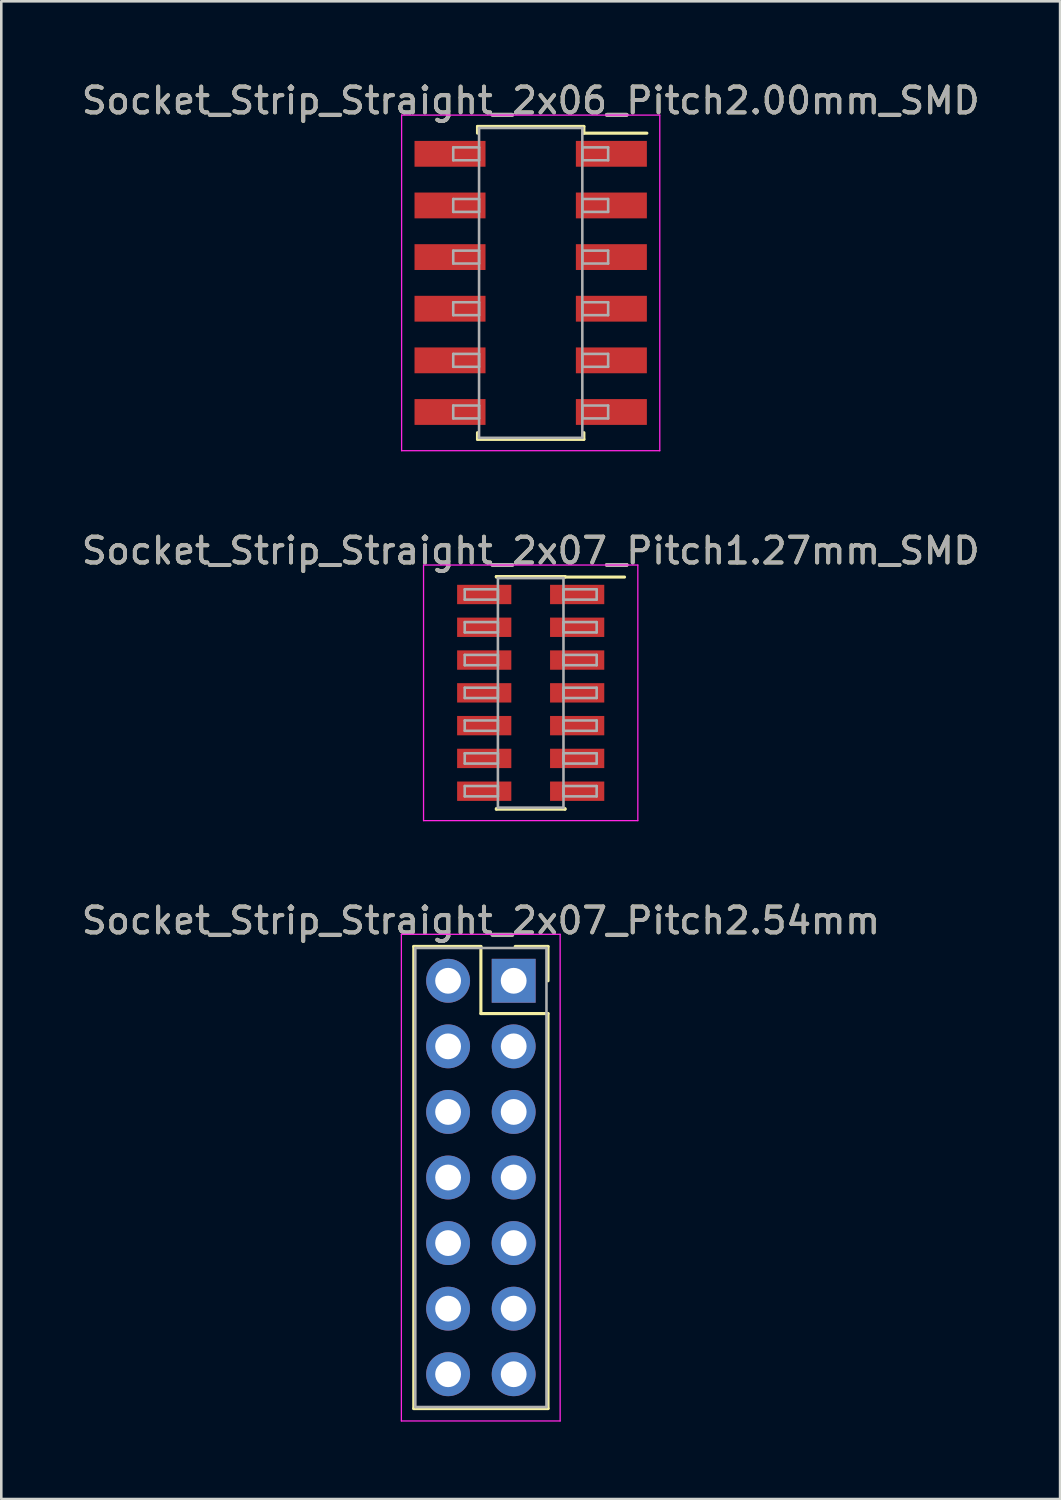
<source format=kicad_pcb>
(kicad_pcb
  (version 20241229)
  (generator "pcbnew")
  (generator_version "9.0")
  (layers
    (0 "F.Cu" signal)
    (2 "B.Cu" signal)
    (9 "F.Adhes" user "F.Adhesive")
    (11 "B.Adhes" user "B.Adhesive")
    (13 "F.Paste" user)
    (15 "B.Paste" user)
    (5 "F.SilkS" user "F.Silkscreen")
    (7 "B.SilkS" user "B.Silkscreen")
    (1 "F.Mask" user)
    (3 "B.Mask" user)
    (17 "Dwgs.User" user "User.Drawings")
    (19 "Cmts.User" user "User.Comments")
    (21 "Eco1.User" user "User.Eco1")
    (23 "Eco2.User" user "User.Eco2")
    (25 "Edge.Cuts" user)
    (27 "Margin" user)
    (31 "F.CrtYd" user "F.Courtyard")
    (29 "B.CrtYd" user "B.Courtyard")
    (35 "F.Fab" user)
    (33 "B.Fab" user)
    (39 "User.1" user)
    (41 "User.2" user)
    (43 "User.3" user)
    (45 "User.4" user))
  (footprint "Socket_Strip_Straight_2x07_Pitch1.27mm_SMD"
    (layer "F.Cu")
    (at 17.506 23.787)
    (property "Reference" "Socket_Strip_Straight_2x07_Pitch1.27mm_SMD" (at 0 -5.505 0) (layer "F.SilkS") (effects (font (size 1 1) (thickness 0.15))))
    (attr smd)
    (fp_line (start -1.33 -4.505) (end 1.33 -4.505) (stroke (width 0.12) (type solid)) (layer "F.SilkS"))
    (fp_line (start -1.33 -4.485) (end -1.33 -4.505) (stroke (width 0.12) (type solid)) (layer "F.SilkS"))
    (fp_line (start -1.33 4.485) (end -1.33 4.505) (stroke (width 0.12) (type solid)) (layer "F.SilkS"))
    (fp_line (start -1.33 4.505) (end 1.33 4.505) (stroke (width 0.12) (type solid)) (layer "F.SilkS"))
    (fp_line (start 1.33 -4.505) (end 1.33 -4.485) (stroke (width 0.12) (type solid)) (layer "F.SilkS"))
    (fp_line (start 1.33 4.505) (end 1.33 4.485) (stroke (width 0.12) (type solid)) (layer "F.SilkS"))
    (fp_line (start 3.635 -4.485) (end 1.33 -4.485) (stroke (width 0.12) (type solid)) (layer "F.SilkS"))
    (fp_line (start -4.15 -4.95) (end -4.15 4.95) (stroke (width 0.05) (type solid)) (layer "F.CrtYd"))
    (fp_line (start -4.15 4.95) (end 4.15 4.95) (stroke (width 0.05) (type solid)) (layer "F.CrtYd"))
    (fp_line (start 4.15 -4.95) (end -4.15 -4.95) (stroke (width 0.05) (type solid)) (layer "F.CrtYd"))
    (fp_line (start 4.15 4.95) (end 4.15 -4.95) (stroke (width 0.05) (type solid)) (layer "F.CrtYd"))
    (fp_line (start -2.555 -4.01) (end -1.27 -4.01) (stroke (width 0.1) (type solid)) (layer "F.Fab"))
    (fp_line (start -2.555 -3.61) (end -2.555 -4.01) (stroke (width 0.1) (type solid)) (layer "F.Fab"))
    (fp_line (start -2.555 -2.74) (end -1.27 -2.74) (stroke (width 0.1) (type solid)) (layer "F.Fab"))
    (fp_line (start -2.555 -2.34) (end -2.555 -2.74) (stroke (width 0.1) (type solid)) (layer "F.Fab"))
    (fp_line (start -2.555 -1.47) (end -1.27 -1.47) (stroke (width 0.1) (type solid)) (layer "F.Fab"))
    (fp_line (start -2.555 -1.07) (end -2.555 -1.47) (stroke (width 0.1) (type solid)) (layer "F.Fab"))
    (fp_line (start -2.555 -0.2) (end -1.27 -0.2) (stroke (width 0.1) (type solid)) (layer "F.Fab"))
    (fp_line (start -2.555 0.2) (end -2.555 -0.2) (stroke (width 0.1) (type solid)) (layer "F.Fab"))
    (fp_line (start -2.555 1.07) (end -1.27 1.07) (stroke (width 0.1) (type solid)) (layer "F.Fab"))
    (fp_line (start -2.555 1.47) (end -2.555 1.07) (stroke (width 0.1) (type solid)) (layer "F.Fab"))
    (fp_line (start -2.555 2.34) (end -1.27 2.34) (stroke (width 0.1) (type solid)) (layer "F.Fab"))
    (fp_line (start -2.555 2.74) (end -2.555 2.34) (stroke (width 0.1) (type solid)) (layer "F.Fab"))
    (fp_line (start -2.555 3.61) (end -1.27 3.61) (stroke (width 0.1) (type solid)) (layer "F.Fab"))
    (fp_line (start -2.555 4.01) (end -2.555 3.61) (stroke (width 0.1) (type solid)) (layer "F.Fab"))
    (fp_line (start -1.27 -4.445) (end -1.27 4.445) (stroke (width 0.1) (type solid)) (layer "F.Fab"))
    (fp_line (start -1.27 -4.01) (end -1.27 -3.61) (stroke (width 0.1) (type solid)) (layer "F.Fab"))
    (fp_line (start -1.27 -3.61) (end -2.555 -3.61) (stroke (width 0.1) (type solid)) (layer "F.Fab"))
    (fp_line (start -1.27 -2.74) (end -1.27 -2.34) (stroke (width 0.1) (type solid)) (layer "F.Fab"))
    (fp_line (start -1.27 -2.34) (end -2.555 -2.34) (stroke (width 0.1) (type solid)) (layer "F.Fab"))
    (fp_line (start -1.27 -1.47) (end -1.27 -1.07) (stroke (width 0.1) (type solid)) (layer "F.Fab"))
    (fp_line (start -1.27 -1.07) (end -2.555 -1.07) (stroke (width 0.1) (type solid)) (layer "F.Fab"))
    (fp_line (start -1.27 -0.2) (end -1.27 0.2) (stroke (width 0.1) (type solid)) (layer "F.Fab"))
    (fp_line (start -1.27 0.2) (end -2.555 0.2) (stroke (width 0.1) (type solid)) (layer "F.Fab"))
    (fp_line (start -1.27 1.07) (end -1.27 1.47) (stroke (width 0.1) (type solid)) (layer "F.Fab"))
    (fp_line (start -1.27 1.47) (end -2.555 1.47) (stroke (width 0.1) (type solid)) (layer "F.Fab"))
    (fp_line (start -1.27 2.34) (end -1.27 2.74) (stroke (width 0.1) (type solid)) (layer "F.Fab"))
    (fp_line (start -1.27 2.74) (end -2.555 2.74) (stroke (width 0.1) (type solid)) (layer "F.Fab"))
    (fp_line (start -1.27 3.61) (end -1.27 4.01) (stroke (width 0.1) (type solid)) (layer "F.Fab"))
    (fp_line (start -1.27 4.01) (end -2.555 4.01) (stroke (width 0.1) (type solid)) (layer "F.Fab"))
    (fp_line (start -1.27 4.445) (end 1.27 4.445) (stroke (width 0.1) (type solid)) (layer "F.Fab"))
    (fp_line (start 1.27 -4.445) (end -1.27 -4.445) (stroke (width 0.1) (type solid)) (layer "F.Fab"))
    (fp_line (start 1.27 -4.01) (end 1.27 -3.61) (stroke (width 0.1) (type solid)) (layer "F.Fab"))
    (fp_line (start 1.27 -3.61) (end 2.555 -3.61) (stroke (width 0.1) (type solid)) (layer "F.Fab"))
    (fp_line (start 1.27 -2.74) (end 1.27 -2.34) (stroke (width 0.1) (type solid)) (layer "F.Fab"))
    (fp_line (start 1.27 -2.34) (end 2.555 -2.34) (stroke (width 0.1) (type solid)) (layer "F.Fab"))
    (fp_line (start 1.27 -1.47) (end 1.27 -1.07) (stroke (width 0.1) (type solid)) (layer "F.Fab"))
    (fp_line (start 1.27 -1.07) (end 2.555 -1.07) (stroke (width 0.1) (type solid)) (layer "F.Fab"))
    (fp_line (start 1.27 -0.2) (end 1.27 0.2) (stroke (width 0.1) (type solid)) (layer "F.Fab"))
    (fp_line (start 1.27 0.2) (end 2.555 0.2) (stroke (width 0.1) (type solid)) (layer "F.Fab"))
    (fp_line (start 1.27 1.07) (end 1.27 1.47) (stroke (width 0.1) (type solid)) (layer "F.Fab"))
    (fp_line (start 1.27 1.47) (end 2.555 1.47) (stroke (width 0.1) (type solid)) (layer "F.Fab"))
    (fp_line (start 1.27 2.34) (end 1.27 2.74) (stroke (width 0.1) (type solid)) (layer "F.Fab"))
    (fp_line (start 1.27 2.74) (end 2.555 2.74) (stroke (width 0.1) (type solid)) (layer "F.Fab"))
    (fp_line (start 1.27 3.61) (end 1.27 4.01) (stroke (width 0.1) (type solid)) (layer "F.Fab"))
    (fp_line (start 1.27 4.01) (end 2.555 4.01) (stroke (width 0.1) (type solid)) (layer "F.Fab"))
    (fp_line (start 1.27 4.445) (end 1.27 -4.445) (stroke (width 0.1) (type solid)) (layer "F.Fab"))
    (fp_line (start 2.555 -4.01) (end 1.27 -4.01) (stroke (width 0.1) (type solid)) (layer "F.Fab"))
    (fp_line (start 2.555 -3.61) (end 2.555 -4.01) (stroke (width 0.1) (type solid)) (layer "F.Fab"))
    (fp_line (start 2.555 -2.74) (end 1.27 -2.74) (stroke (width 0.1) (type solid)) (layer "F.Fab"))
    (fp_line (start 2.555 -2.34) (end 2.555 -2.74) (stroke (width 0.1) (type solid)) (layer "F.Fab"))
    (fp_line (start 2.555 -1.47) (end 1.27 -1.47) (stroke (width 0.1) (type solid)) (layer "F.Fab"))
    (fp_line (start 2.555 -1.07) (end 2.555 -1.47) (stroke (width 0.1) (type solid)) (layer "F.Fab"))
    (fp_line (start 2.555 -0.2) (end 1.27 -0.2) (stroke (width 0.1) (type solid)) (layer "F.Fab"))
    (fp_line (start 2.555 0.2) (end 2.555 -0.2) (stroke (width 0.1) (type solid)) (layer "F.Fab"))
    (fp_line (start 2.555 1.07) (end 1.27 1.07) (stroke (width 0.1) (type solid)) (layer "F.Fab"))
    (fp_line (start 2.555 1.47) (end 2.555 1.07) (stroke (width 0.1) (type solid)) (layer "F.Fab"))
    (fp_line (start 2.555 2.34) (end 1.27 2.34) (stroke (width 0.1) (type solid)) (layer "F.Fab"))
    (fp_line (start 2.555 2.74) (end 2.555 2.34) (stroke (width 0.1) (type solid)) (layer "F.Fab"))
    (fp_line (start 2.555 3.61) (end 1.27 3.61) (stroke (width 0.1) (type solid)) (layer "F.Fab"))
    (fp_line (start 2.555 4.01) (end 2.555 3.61) (stroke (width 0.1) (type solid)) (layer "F.Fab"))
    (fp_text user "${REFERENCE}" (at 0 -5.505 0) (layer "F.Fab") (effects (font (size 1 1) (thickness 0.15))))
    (pad "1" smd rect (at 1.8 -3.81) (size 2.1 0.75) (layers "F.Cu" "F.Mask" "F.Paste"))
    (pad "2" smd rect (at -1.8 -3.81) (size 2.1 0.75) (layers "F.Cu" "F.Mask" "F.Paste"))
    (pad "3" smd rect (at 1.8 -2.54) (size 2.1 0.75) (layers "F.Cu" "F.Mask" "F.Paste"))
    (pad "4" smd rect (at -1.8 -2.54) (size 2.1 0.75) (layers "F.Cu" "F.Mask" "F.Paste"))
    (pad "5" smd rect (at 1.8 -1.27) (size 2.1 0.75) (layers "F.Cu" "F.Mask" "F.Paste"))
    (pad "6" smd rect (at -1.8 -1.27) (size 2.1 0.75) (layers "F.Cu" "F.Mask" "F.Paste"))
    (pad "7" smd rect (at 1.8 0) (size 2.1 0.75) (layers "F.Cu" "F.Mask" "F.Paste"))
    (pad "8" smd rect (at -1.8 0) (size 2.1 0.75) (layers "F.Cu" "F.Mask" "F.Paste"))
    (pad "9" smd rect (at 1.8 1.27) (size 2.1 0.75) (layers "F.Cu" "F.Mask" "F.Paste"))
    (pad "10" smd rect (at -1.8 1.27) (size 2.1 0.75) (layers "F.Cu" "F.Mask" "F.Paste"))
    (pad "11" smd rect (at 1.8 2.54) (size 2.1 0.75) (layers "F.Cu" "F.Mask" "F.Paste"))
    (pad "12" smd rect (at -1.8 2.54) (size 2.1 0.75) (layers "F.Cu" "F.Mask" "F.Paste"))
    (pad "13" smd rect (at 1.8 3.81) (size 2.1 0.75) (layers "F.Cu" "F.Mask" "F.Paste"))
    (pad "14" smd rect (at -1.8 3.81) (size 2.1 0.75) (layers "F.Cu" "F.Mask" "F.Paste")))
  (footprint "Socket_Strip_Straight_2x07_Pitch2.54mm"
    (layer "F.Cu")
    (at 16.847 34.94)
    (property "Reference" "Socket_Strip_Straight_2x07_Pitch2.54mm" (at -1.27 -2.33 0) (layer "F.SilkS") (effects (font (size 1 1) (thickness 0.15))))
    (attr through_hole)
    (fp_line (start -3.87 -1.33) (end -1.27 -1.33) (stroke (width 0.12) (type solid)) (layer "F.SilkS"))
    (fp_line (start -3.87 16.57) (end -3.87 -1.33) (stroke (width 0.12) (type solid)) (layer "F.SilkS"))
    (fp_line (start -1.27 -1.33) (end -1.27 1.27) (stroke (width 0.12) (type solid)) (layer "F.SilkS"))
    (fp_line (start -1.27 1.27) (end 1.33 1.27) (stroke (width 0.12) (type solid)) (layer "F.SilkS"))
    (fp_line (start 1.33 -1.33) (end 0.06 -1.33) (stroke (width 0.12) (type solid)) (layer "F.SilkS"))
    (fp_line (start 1.33 0) (end 1.33 -1.33) (stroke (width 0.12) (type solid)) (layer "F.SilkS"))
    (fp_line (start 1.33 1.27) (end 1.33 16.57) (stroke (width 0.12) (type solid)) (layer "F.SilkS"))
    (fp_line (start 1.33 16.57) (end -3.87 16.57) (stroke (width 0.12) (type solid)) (layer "F.SilkS"))
    (fp_line (start -4.35 -1.8) (end -4.35 17.05) (stroke (width 0.05) (type solid)) (layer "F.CrtYd"))
    (fp_line (start -4.35 17.05) (end 1.8 17.05) (stroke (width 0.05) (type solid)) (layer "F.CrtYd"))
    (fp_line (start 1.8 -1.8) (end -4.35 -1.8) (stroke (width 0.05) (type solid)) (layer "F.CrtYd"))
    (fp_line (start 1.8 17.05) (end 1.8 -1.8) (stroke (width 0.05) (type solid)) (layer "F.CrtYd"))
    (fp_line (start -3.81 -1.27) (end -3.81 16.51) (stroke (width 0.1) (type solid)) (layer "F.Fab"))
    (fp_line (start -3.81 16.51) (end 1.27 16.51) (stroke (width 0.1) (type solid)) (layer "F.Fab"))
    (fp_line (start 1.27 -1.27) (end -3.81 -1.27) (stroke (width 0.1) (type solid)) (layer "F.Fab"))
    (fp_line (start 1.27 16.51) (end 1.27 -1.27) (stroke (width 0.1) (type solid)) (layer "F.Fab"))
    (fp_text user "${REFERENCE}" (at -1.27 -2.33 0) (layer "F.Fab") (effects (font (size 1 1) (thickness 0.15))))
    (pad "1" thru_hole rect (at 0 0) (size 1.7 1.7) (drill 1) (layers "*.Cu" "*.Mask"))
    (pad "2" thru_hole oval (at -2.54 0) (size 1.7 1.7) (drill 1) (layers "*.Cu" "*.Mask"))
    (pad "3" thru_hole oval (at 0 2.54) (size 1.7 1.7) (drill 1) (layers "*.Cu" "*.Mask"))
    (pad "4" thru_hole oval (at -2.54 2.54) (size 1.7 1.7) (drill 1) (layers "*.Cu" "*.Mask"))
    (pad "5" thru_hole oval (at 0 5.08) (size 1.7 1.7) (drill 1) (layers "*.Cu" "*.Mask"))
    (pad "6" thru_hole oval (at -2.54 5.08) (size 1.7 1.7) (drill 1) (layers "*.Cu" "*.Mask"))
    (pad "7" thru_hole oval (at 0 7.62) (size 1.7 1.7) (drill 1) (layers "*.Cu" "*.Mask"))
    (pad "8" thru_hole oval (at -2.54 7.62) (size 1.7 1.7) (drill 1) (layers "*.Cu" "*.Mask"))
    (pad "9" thru_hole oval (at 0 10.16) (size 1.7 1.7) (drill 1) (layers "*.Cu" "*.Mask"))
    (pad "10" thru_hole oval (at -2.54 10.16) (size 1.7 1.7) (drill 1) (layers "*.Cu" "*.Mask"))
    (pad "11" thru_hole oval (at 0 12.7) (size 1.7 1.7) (drill 1) (layers "*.Cu" "*.Mask"))
    (pad "12" thru_hole oval (at -2.54 12.7) (size 1.7 1.7) (drill 1) (layers "*.Cu" "*.Mask"))
    (pad "13" thru_hole oval (at 0 15.24) (size 1.7 1.7) (drill 1) (layers "*.Cu" "*.Mask"))
    (pad "14" thru_hole oval (at -2.54 15.24) (size 1.7 1.7) (drill 1) (layers "*.Cu" "*.Mask")))
  (footprint "Socket_Strip_Straight_2x06_Pitch2.00mm_SMD"
    (layer "F.Cu")
    (at 17.506 7.908)
    (property "Reference" "Socket_Strip_Straight_2x06_Pitch2.00mm_SMD" (at 0 -7.06 0) (layer "F.SilkS") (effects (font (size 1 1) (thickness 0.15))))
    (attr smd)
    (fp_line (start -2.06 -6.06) (end 2.06 -6.06) (stroke (width 0.12) (type solid)) (layer "F.SilkS"))
    (fp_line (start -2.06 -5.8) (end -2.06 -6.06) (stroke (width 0.12) (type solid)) (layer "F.SilkS"))
    (fp_line (start -2.06 5.8) (end -2.06 6.06) (stroke (width 0.12) (type solid)) (layer "F.SilkS"))
    (fp_line (start -2.06 6.06) (end 2.06 6.06) (stroke (width 0.12) (type solid)) (layer "F.SilkS"))
    (fp_line (start 2.06 -6.06) (end 2.06 -5.8) (stroke (width 0.12) (type solid)) (layer "F.SilkS"))
    (fp_line (start 2.06 6.06) (end 2.06 5.8) (stroke (width 0.12) (type solid)) (layer "F.SilkS"))
    (fp_line (start 4.5 -5.8) (end 2.06 -5.8) (stroke (width 0.12) (type solid)) (layer "F.SilkS"))
    (fp_line (start -5 -6.5) (end -5 6.5) (stroke (width 0.05) (type solid)) (layer "F.CrtYd"))
    (fp_line (start -5 6.5) (end 5 6.5) (stroke (width 0.05) (type solid)) (layer "F.CrtYd"))
    (fp_line (start 5 -6.5) (end -5 -6.5) (stroke (width 0.05) (type solid)) (layer "F.CrtYd"))
    (fp_line (start 5 6.5) (end 5 -6.5) (stroke (width 0.05) (type solid)) (layer "F.CrtYd"))
    (fp_line (start -3 -5.25) (end -2 -5.25) (stroke (width 0.1) (type solid)) (layer "F.Fab"))
    (fp_line (start -3 -4.75) (end -3 -5.25) (stroke (width 0.1) (type solid)) (layer "F.Fab"))
    (fp_line (start -3 -3.25) (end -2 -3.25) (stroke (width 0.1) (type solid)) (layer "F.Fab"))
    (fp_line (start -3 -2.75) (end -3 -3.25) (stroke (width 0.1) (type solid)) (layer "F.Fab"))
    (fp_line (start -3 -1.25) (end -2 -1.25) (stroke (width 0.1) (type solid)) (layer "F.Fab"))
    (fp_line (start -3 -0.75) (end -3 -1.25) (stroke (width 0.1) (type solid)) (layer "F.Fab"))
    (fp_line (start -3 0.75) (end -2 0.75) (stroke (width 0.1) (type solid)) (layer "F.Fab"))
    (fp_line (start -3 1.25) (end -3 0.75) (stroke (width 0.1) (type solid)) (layer "F.Fab"))
    (fp_line (start -3 2.75) (end -2 2.75) (stroke (width 0.1) (type solid)) (layer "F.Fab"))
    (fp_line (start -3 3.25) (end -3 2.75) (stroke (width 0.1) (type solid)) (layer "F.Fab"))
    (fp_line (start -3 4.75) (end -2 4.75) (stroke (width 0.1) (type solid)) (layer "F.Fab"))
    (fp_line (start -3 5.25) (end -3 4.75) (stroke (width 0.1) (type solid)) (layer "F.Fab"))
    (fp_line (start -2 -6) (end -2 6) (stroke (width 0.1) (type solid)) (layer "F.Fab"))
    (fp_line (start -2 -5.25) (end -2 -4.75) (stroke (width 0.1) (type solid)) (layer "F.Fab"))
    (fp_line (start -2 -4.75) (end -3 -4.75) (stroke (width 0.1) (type solid)) (layer "F.Fab"))
    (fp_line (start -2 -3.25) (end -2 -2.75) (stroke (width 0.1) (type solid)) (layer "F.Fab"))
    (fp_line (start -2 -2.75) (end -3 -2.75) (stroke (width 0.1) (type solid)) (layer "F.Fab"))
    (fp_line (start -2 -1.25) (end -2 -0.75) (stroke (width 0.1) (type solid)) (layer "F.Fab"))
    (fp_line (start -2 -0.75) (end -3 -0.75) (stroke (width 0.1) (type solid)) (layer "F.Fab"))
    (fp_line (start -2 0.75) (end -2 1.25) (stroke (width 0.1) (type solid)) (layer "F.Fab"))
    (fp_line (start -2 1.25) (end -3 1.25) (stroke (width 0.1) (type solid)) (layer "F.Fab"))
    (fp_line (start -2 2.75) (end -2 3.25) (stroke (width 0.1) (type solid)) (layer "F.Fab"))
    (fp_line (start -2 3.25) (end -3 3.25) (stroke (width 0.1) (type solid)) (layer "F.Fab"))
    (fp_line (start -2 4.75) (end -2 5.25) (stroke (width 0.1) (type solid)) (layer "F.Fab"))
    (fp_line (start -2 5.25) (end -3 5.25) (stroke (width 0.1) (type solid)) (layer "F.Fab"))
    (fp_line (start -2 6) (end 2 6) (stroke (width 0.1) (type solid)) (layer "F.Fab"))
    (fp_line (start 2 -6) (end -2 -6) (stroke (width 0.1) (type solid)) (layer "F.Fab"))
    (fp_line (start 2 -5.25) (end 2 -4.75) (stroke (width 0.1) (type solid)) (layer "F.Fab"))
    (fp_line (start 2 -4.75) (end 3 -4.75) (stroke (width 0.1) (type solid)) (layer "F.Fab"))
    (fp_line (start 2 -3.25) (end 2 -2.75) (stroke (width 0.1) (type solid)) (layer "F.Fab"))
    (fp_line (start 2 -2.75) (end 3 -2.75) (stroke (width 0.1) (type solid)) (layer "F.Fab"))
    (fp_line (start 2 -1.25) (end 2 -0.75) (stroke (width 0.1) (type solid)) (layer "F.Fab"))
    (fp_line (start 2 -0.75) (end 3 -0.75) (stroke (width 0.1) (type solid)) (layer "F.Fab"))
    (fp_line (start 2 0.75) (end 2 1.25) (stroke (width 0.1) (type solid)) (layer "F.Fab"))
    (fp_line (start 2 1.25) (end 3 1.25) (stroke (width 0.1) (type solid)) (layer "F.Fab"))
    (fp_line (start 2 2.75) (end 2 3.25) (stroke (width 0.1) (type solid)) (layer "F.Fab"))
    (fp_line (start 2 3.25) (end 3 3.25) (stroke (width 0.1) (type solid)) (layer "F.Fab"))
    (fp_line (start 2 4.75) (end 2 5.25) (stroke (width 0.1) (type solid)) (layer "F.Fab"))
    (fp_line (start 2 5.25) (end 3 5.25) (stroke (width 0.1) (type solid)) (layer "F.Fab"))
    (fp_line (start 2 6) (end 2 -6) (stroke (width 0.1) (type solid)) (layer "F.Fab"))
    (fp_line (start 3 -5.25) (end 2 -5.25) (stroke (width 0.1) (type solid)) (layer "F.Fab"))
    (fp_line (start 3 -4.75) (end 3 -5.25) (stroke (width 0.1) (type solid)) (layer "F.Fab"))
    (fp_line (start 3 -3.25) (end 2 -3.25) (stroke (width 0.1) (type solid)) (layer "F.Fab"))
    (fp_line (start 3 -2.75) (end 3 -3.25) (stroke (width 0.1) (type solid)) (layer "F.Fab"))
    (fp_line (start 3 -1.25) (end 2 -1.25) (stroke (width 0.1) (type solid)) (layer "F.Fab"))
    (fp_line (start 3 -0.75) (end 3 -1.25) (stroke (width 0.1) (type solid)) (layer "F.Fab"))
    (fp_line (start 3 0.75) (end 2 0.75) (stroke (width 0.1) (type solid)) (layer "F.Fab"))
    (fp_line (start 3 1.25) (end 3 0.75) (stroke (width 0.1) (type solid)) (layer "F.Fab"))
    (fp_line (start 3 2.75) (end 2 2.75) (stroke (width 0.1) (type solid)) (layer "F.Fab"))
    (fp_line (start 3 3.25) (end 3 2.75) (stroke (width 0.1) (type solid)) (layer "F.Fab"))
    (fp_line (start 3 4.75) (end 2 4.75) (stroke (width 0.1) (type solid)) (layer "F.Fab"))
    (fp_line (start 3 5.25) (end 3 4.75) (stroke (width 0.1) (type solid)) (layer "F.Fab"))
    (fp_text user "${REFERENCE}" (at 0 -7.06 0) (layer "F.Fab") (effects (font (size 1 1) (thickness 0.15))))
    (pad "1" smd rect (at 3.125 -5) (size 2.75 1) (layers "F.Cu" "F.Mask" "F.Paste"))
    (pad "2" smd rect (at -3.125 -5) (size 2.75 1) (layers "F.Cu" "F.Mask" "F.Paste"))
    (pad "3" smd rect (at 3.125 -3) (size 2.75 1) (layers "F.Cu" "F.Mask" "F.Paste"))
    (pad "4" smd rect (at -3.125 -3) (size 2.75 1) (layers "F.Cu" "F.Mask" "F.Paste"))
    (pad "5" smd rect (at 3.125 -1) (size 2.75 1) (layers "F.Cu" "F.Mask" "F.Paste"))
    (pad "6" smd rect (at -3.125 -1) (size 2.75 1) (layers "F.Cu" "F.Mask" "F.Paste"))
    (pad "7" smd rect (at 3.125 1) (size 2.75 1) (layers "F.Cu" "F.Mask" "F.Paste"))
    (pad "8" smd rect (at -3.125 1) (size 2.75 1) (layers "F.Cu" "F.Mask" "F.Paste"))
    (pad "9" smd rect (at 3.125 3) (size 2.75 1) (layers "F.Cu" "F.Mask" "F.Paste"))
    (pad "10" smd rect (at -3.125 3) (size 2.75 1) (layers "F.Cu" "F.Mask" "F.Paste"))
    (pad "11" smd rect (at 3.125 5) (size 2.75 1) (layers "F.Cu" "F.Mask" "F.Paste"))
    (pad "12" smd rect (at -3.125 5) (size 2.75 1) (layers "F.Cu" "F.Mask" "F.Paste")))
  (gr_rect
    (start -3 -3)
    (end 38.012 55.015)
    (stroke (width 0.1) (type default))
    (fill no)
    (layer "Edge.Cuts")))
</source>
